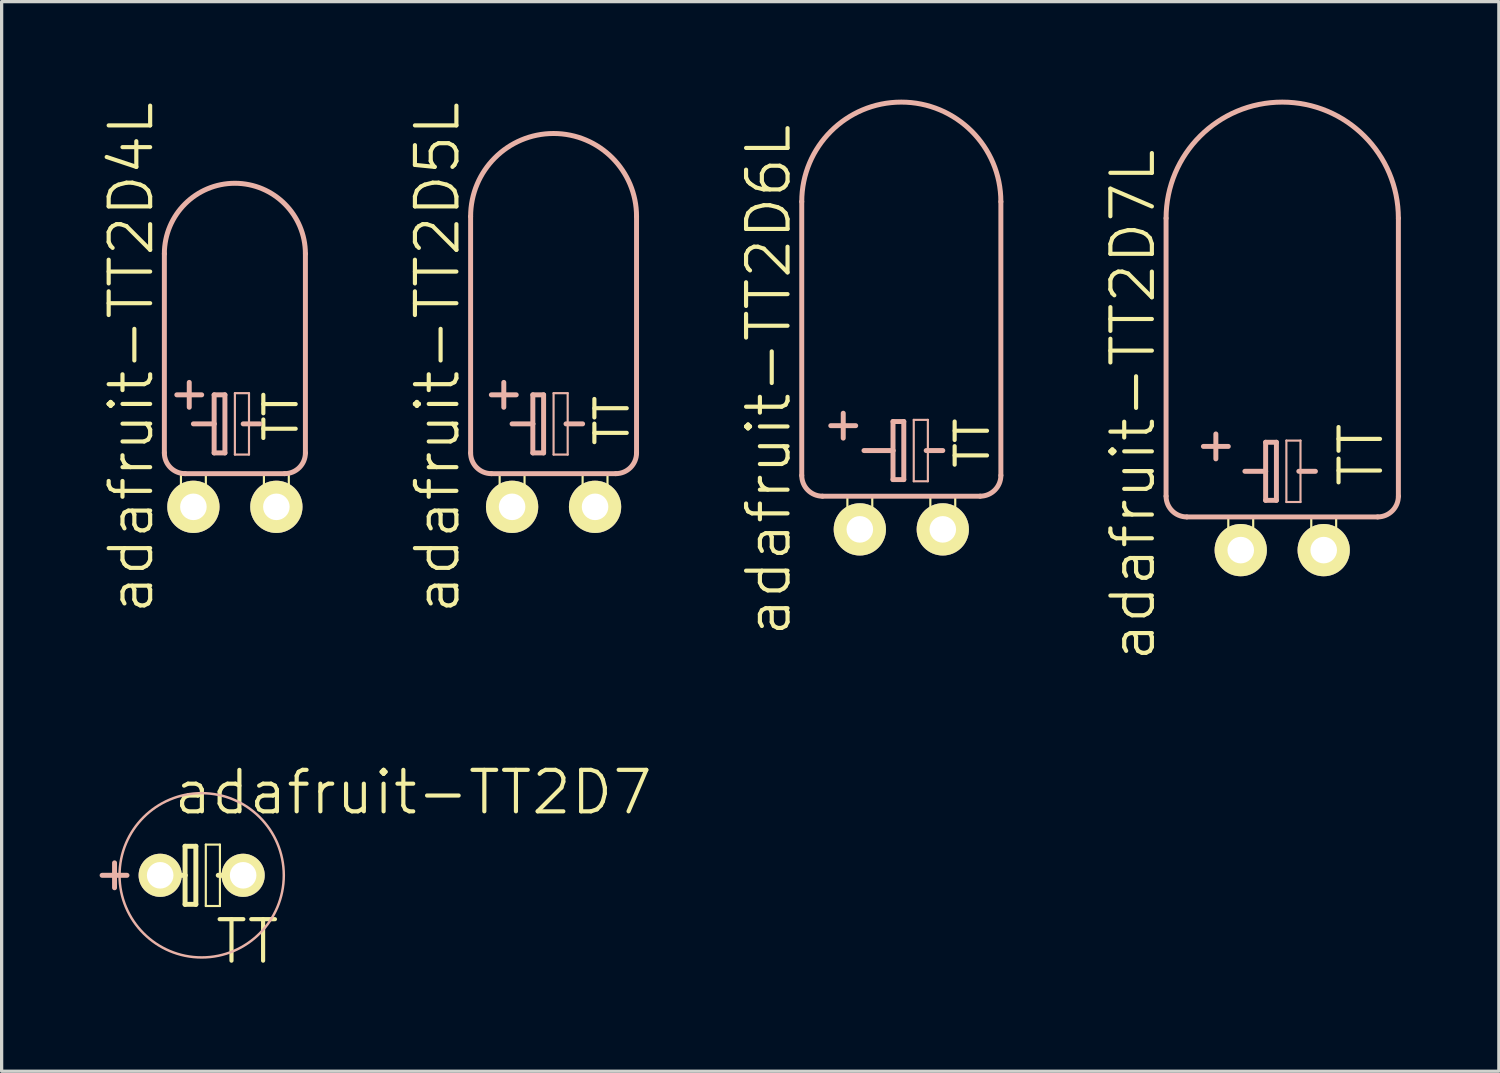
<source format=kicad_pcb>
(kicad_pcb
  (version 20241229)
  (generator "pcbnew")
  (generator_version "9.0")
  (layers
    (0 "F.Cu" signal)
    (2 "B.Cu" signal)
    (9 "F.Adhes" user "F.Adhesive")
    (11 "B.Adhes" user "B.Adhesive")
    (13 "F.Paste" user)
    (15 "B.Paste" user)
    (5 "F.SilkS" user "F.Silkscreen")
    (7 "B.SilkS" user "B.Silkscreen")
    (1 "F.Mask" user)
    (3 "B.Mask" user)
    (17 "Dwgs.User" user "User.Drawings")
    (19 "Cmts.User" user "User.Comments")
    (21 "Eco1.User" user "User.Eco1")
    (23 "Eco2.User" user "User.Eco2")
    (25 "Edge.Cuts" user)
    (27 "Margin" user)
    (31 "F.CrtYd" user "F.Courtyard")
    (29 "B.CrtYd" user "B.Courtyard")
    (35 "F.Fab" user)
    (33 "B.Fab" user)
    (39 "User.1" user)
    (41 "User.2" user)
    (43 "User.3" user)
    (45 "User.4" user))
  (footprint "adafruit-TT2D5L"
    (layer "F.Cu")
    (at 13.898 12.467)
    (property "Reference" "adafruit-TT2D5L" (at -3.556 -4.572 90) (layer "F.SilkS") (effects (font (size 1.27 1.27) (thickness 0.127))))
    (attr exclude_from_pos_files exclude_from_bom)
    (fp_line (start -1.651 -1.016) (end -0.889 -1.016) (stroke (width 0.066) (type solid)) (layer "F.SilkS"))
    (fp_line (start -1.651 -0.635) (end -1.651 -1.016) (stroke (width 0.066) (type solid)) (layer "F.SilkS"))
    (fp_line (start -1.651 -0.635) (end -0.889 -0.635) (stroke (width 0.066) (type solid)) (layer "F.SilkS"))
    (fp_line (start -1.651 -0.635) (end -0.889 -0.635) (stroke (width 0.066) (type solid)) (layer "F.SilkS"))
    (fp_line (start -1.651 0.127) (end -1.651 -0.635) (stroke (width 0.066) (type solid)) (layer "F.SilkS"))
    (fp_line (start -1.651 0.127) (end -0.889 0.127) (stroke (width 0.066) (type solid)) (layer "F.SilkS"))
    (fp_line (start -0.889 -0.635) (end -0.889 -1.016) (stroke (width 0.066) (type solid)) (layer "F.SilkS"))
    (fp_line (start -0.889 0.127) (end -0.889 -0.635) (stroke (width 0.066) (type solid)) (layer "F.SilkS"))
    (fp_line (start 0.889 -1.016) (end 1.651 -1.016) (stroke (width 0.066) (type solid)) (layer "F.SilkS"))
    (fp_line (start 0.889 -0.635) (end 0.889 -1.016) (stroke (width 0.066) (type solid)) (layer "F.SilkS"))
    (fp_line (start 0.889 -0.635) (end 1.651 -0.635) (stroke (width 0.066) (type solid)) (layer "F.SilkS"))
    (fp_line (start 0.889 -0.635) (end 1.651 -0.635) (stroke (width 0.066) (type solid)) (layer "F.SilkS"))
    (fp_line (start 0.889 0.127) (end 0.889 -0.635) (stroke (width 0.066) (type solid)) (layer "F.SilkS"))
    (fp_line (start 0.889 0.127) (end 1.651 0.127) (stroke (width 0.066) (type solid)) (layer "F.SilkS"))
    (fp_line (start 1.651 -0.635) (end 1.651 -1.016) (stroke (width 0.066) (type solid)) (layer "F.SilkS"))
    (fp_line (start 1.651 0.127) (end 1.651 -0.635) (stroke (width 0.066) (type solid)) (layer "F.SilkS"))
    (fp_line (start -2.54 -8.89) (end -2.54 -1.651) (stroke (width 0.152) (type solid)) (layer "B.SilkS"))
    (fp_line (start -1.905 -3.429) (end -1.143 -3.429) (stroke (width 0.152) (type solid)) (layer "B.SilkS"))
    (fp_line (start -1.905 -1.016) (end 1.905 -1.016) (stroke (width 0.152) (type solid)) (layer "B.SilkS"))
    (fp_line (start -1.524 -3.81) (end -1.524 -3.048) (stroke (width 0.152) (type solid)) (layer "B.SilkS"))
    (fp_line (start -1.27 -2.54) (end -0.635 -2.54) (stroke (width 0.152) (type solid)) (layer "B.SilkS"))
    (fp_line (start -0.635 -3.429) (end -0.635 -2.54) (stroke (width 0.152) (type solid)) (layer "B.SilkS"))
    (fp_line (start -0.635 -2.54) (end -0.635 -1.651) (stroke (width 0.152) (type solid)) (layer "B.SilkS"))
    (fp_line (start -0.635 -1.651) (end -0.305 -1.651) (stroke (width 0.152) (type solid)) (layer "B.SilkS"))
    (fp_line (start -0.305 -3.429) (end -0.635 -3.429) (stroke (width 0.152) (type solid)) (layer "B.SilkS"))
    (fp_line (start -0.305 -1.651) (end -0.305 -3.429) (stroke (width 0.152) (type solid)) (layer "B.SilkS"))
    (fp_line (start 0 -3.48) (end 0.432 -3.48) (stroke (width 0.066) (type solid)) (layer "B.SilkS"))
    (fp_line (start 0 -1.6) (end 0 -3.48) (stroke (width 0.066) (type solid)) (layer "B.SilkS"))
    (fp_line (start 0 -1.6) (end 0.432 -1.6) (stroke (width 0.066) (type solid)) (layer "B.SilkS"))
    (fp_line (start 0.381 -2.54) (end 0.889 -2.54) (stroke (width 0.152) (type solid)) (layer "B.SilkS"))
    (fp_line (start 0.432 -1.6) (end 0.432 -3.48) (stroke (width 0.066) (type solid)) (layer "B.SilkS"))
    (fp_line (start 2.54 -8.89) (end 2.54 -1.651) (stroke (width 0.152) (type solid)) (layer "B.SilkS"))
    (fp_arc (start -2.54 -8.89) (mid 0 -11.43) (end 2.54 -8.89) (stroke (width 0.1524) (type solid)) (layer "B.SilkS"))
    (fp_arc (start -1.905 -1.016) (mid -2.354013 -1.201987) (end -2.54 -1.651) (stroke (width 0.1524) (type solid)) (layer "B.SilkS"))
    (fp_arc (start 2.54 -1.651) (mid 2.354013 -1.201987) (end 1.905 -1.016) (stroke (width 0.1524) (type solid)) (layer "B.SilkS"))
    (fp_text user "TT" (at 1.788 -2.642 90) (layer "F.SilkS") (effects (font (size 0.991 0.991) (thickness 0.127))))
    (pad "+" thru_hole circle (at -1.27 0) (size 1.6 1.6) (drill 0.813) (layers "*.Cu" "F.Mask" "F.SilkS" "F.Paste"))
    (pad "-" thru_hole circle (at 1.27 0) (size 1.6 1.6) (drill 0.813) (layers "*.Cu" "F.Mask" "F.SilkS" "F.Paste")))
  (footprint "adafruit-TT2D7L"
    (layer "F.Cu")
    (at 36.206 13.792)
    (property "Reference" "adafruit-TT2D7L" (at -4.572 -4.445 90) (layer "F.SilkS") (effects (font (size 1.27 1.27) (thickness 0.127))))
    (attr exclude_from_pos_files exclude_from_bom)
    (fp_line (start -1.651 -1.016) (end -0.889 -1.016) (stroke (width 0.066) (type solid)) (layer "F.SilkS"))
    (fp_line (start -1.651 -0.635) (end -1.651 -1.016) (stroke (width 0.066) (type solid)) (layer "F.SilkS"))
    (fp_line (start -1.651 -0.635) (end -0.889 -0.635) (stroke (width 0.066) (type solid)) (layer "F.SilkS"))
    (fp_line (start -1.651 -0.635) (end -0.889 -0.635) (stroke (width 0.066) (type solid)) (layer "F.SilkS"))
    (fp_line (start -1.651 0.127) (end -1.651 -0.635) (stroke (width 0.066) (type solid)) (layer "F.SilkS"))
    (fp_line (start -1.651 0.127) (end -0.889 0.127) (stroke (width 0.066) (type solid)) (layer "F.SilkS"))
    (fp_line (start -0.889 -0.635) (end -0.889 -1.016) (stroke (width 0.066) (type solid)) (layer "F.SilkS"))
    (fp_line (start -0.889 0.127) (end -0.889 -0.635) (stroke (width 0.066) (type solid)) (layer "F.SilkS"))
    (fp_line (start 0.889 -1.016) (end 1.651 -1.016) (stroke (width 0.066) (type solid)) (layer "F.SilkS"))
    (fp_line (start 0.889 -0.635) (end 0.889 -1.016) (stroke (width 0.066) (type solid)) (layer "F.SilkS"))
    (fp_line (start 0.889 -0.635) (end 1.651 -0.635) (stroke (width 0.066) (type solid)) (layer "F.SilkS"))
    (fp_line (start 0.889 -0.635) (end 1.651 -0.635) (stroke (width 0.066) (type solid)) (layer "F.SilkS"))
    (fp_line (start 0.889 0.127) (end 0.889 -0.635) (stroke (width 0.066) (type solid)) (layer "F.SilkS"))
    (fp_line (start 0.889 0.127) (end 1.651 0.127) (stroke (width 0.066) (type solid)) (layer "F.SilkS"))
    (fp_line (start 1.651 -0.635) (end 1.651 -1.016) (stroke (width 0.066) (type solid)) (layer "F.SilkS"))
    (fp_line (start 1.651 0.127) (end 1.651 -0.635) (stroke (width 0.066) (type solid)) (layer "F.SilkS"))
    (fp_line (start -3.556 -10.16) (end -3.556 -1.651) (stroke (width 0.152) (type solid)) (layer "B.SilkS"))
    (fp_line (start -2.921 -1.016) (end 2.921 -1.016) (stroke (width 0.152) (type solid)) (layer "B.SilkS"))
    (fp_line (start -2.413 -3.175) (end -1.651 -3.175) (stroke (width 0.152) (type solid)) (layer "B.SilkS"))
    (fp_line (start -2.032 -2.794) (end -2.032 -3.556) (stroke (width 0.152) (type solid)) (layer "B.SilkS"))
    (fp_line (start -1.143 -2.413) (end -0.508 -2.413) (stroke (width 0.152) (type solid)) (layer "B.SilkS"))
    (fp_line (start -0.508 -3.302) (end -0.508 -2.413) (stroke (width 0.152) (type solid)) (layer "B.SilkS"))
    (fp_line (start -0.508 -2.413) (end -0.508 -1.524) (stroke (width 0.152) (type solid)) (layer "B.SilkS"))
    (fp_line (start -0.508 -1.524) (end -0.178 -1.524) (stroke (width 0.152) (type solid)) (layer "B.SilkS"))
    (fp_line (start -0.178 -3.302) (end -0.508 -3.302) (stroke (width 0.152) (type solid)) (layer "B.SilkS"))
    (fp_line (start -0.178 -1.524) (end -0.178 -3.302) (stroke (width 0.152) (type solid)) (layer "B.SilkS"))
    (fp_line (start 0.127 -3.353) (end 0.559 -3.353) (stroke (width 0.066) (type solid)) (layer "B.SilkS"))
    (fp_line (start 0.127 -1.473) (end 0.127 -3.353) (stroke (width 0.066) (type solid)) (layer "B.SilkS"))
    (fp_line (start 0.127 -1.473) (end 0.559 -1.473) (stroke (width 0.066) (type solid)) (layer "B.SilkS"))
    (fp_line (start 0.508 -2.413) (end 1.016 -2.413) (stroke (width 0.152) (type solid)) (layer "B.SilkS"))
    (fp_line (start 0.559 -1.473) (end 0.559 -3.353) (stroke (width 0.066) (type solid)) (layer "B.SilkS"))
    (fp_line (start 3.556 -10.16) (end 3.556 -1.651) (stroke (width 0.152) (type solid)) (layer "B.SilkS"))
    (fp_arc (start -3.556 -10.16) (mid 0 -13.716) (end 3.556 -10.16) (stroke (width 0.1524) (type solid)) (layer "B.SilkS"))
    (fp_arc (start -2.921 -1.016) (mid -3.370013 -1.201987) (end -3.556 -1.651) (stroke (width 0.1524) (type solid)) (layer "B.SilkS"))
    (fp_arc (start 3.556 -1.651) (mid 3.370013 -1.201987) (end 2.921 -1.016) (stroke (width 0.1524) (type solid)) (layer "B.SilkS"))
    (fp_text user "TT" (at 2.413 -2.921 90) (layer "F.SilkS") (effects (font (size 1.27 1.27) (thickness 0.127))))
    (pad "+" thru_hole circle (at -1.27 0) (size 1.6 1.6) (drill 0.813) (layers "*.Cu" "F.Mask" "F.SilkS" "F.Paste"))
    (pad "-" thru_hole circle (at 1.27 0) (size 1.6 1.6) (drill 0.813) (layers "*.Cu" "F.Mask" "F.SilkS" "F.Paste")))
  (footprint "adafruit-TT2D4L"
    (layer "F.Cu")
    (at 4.141 12.467)
    (property "Reference" "adafruit-TT2D4L" (at -3.175 -4.572 90) (layer "F.SilkS") (effects (font (size 1.27 1.27) (thickness 0.127))))
    (attr exclude_from_pos_files exclude_from_bom)
    (fp_line (start -1.651 -1.016) (end -0.889 -1.016) (stroke (width 0.066) (type solid)) (layer "F.SilkS"))
    (fp_line (start -1.651 -0.635) (end -1.651 -1.016) (stroke (width 0.066) (type solid)) (layer "F.SilkS"))
    (fp_line (start -1.651 -0.635) (end -0.889 -0.635) (stroke (width 0.066) (type solid)) (layer "F.SilkS"))
    (fp_line (start -1.651 -0.635) (end -0.889 -0.635) (stroke (width 0.066) (type solid)) (layer "F.SilkS"))
    (fp_line (start -1.651 0.127) (end -1.651 -0.635) (stroke (width 0.066) (type solid)) (layer "F.SilkS"))
    (fp_line (start -1.651 0.127) (end -0.889 0.127) (stroke (width 0.066) (type solid)) (layer "F.SilkS"))
    (fp_line (start -0.889 -0.635) (end -0.889 -1.016) (stroke (width 0.066) (type solid)) (layer "F.SilkS"))
    (fp_line (start -0.889 0.127) (end -0.889 -0.635) (stroke (width 0.066) (type solid)) (layer "F.SilkS"))
    (fp_line (start 0.889 -1.016) (end 1.651 -1.016) (stroke (width 0.066) (type solid)) (layer "F.SilkS"))
    (fp_line (start 0.889 -0.635) (end 0.889 -1.016) (stroke (width 0.066) (type solid)) (layer "F.SilkS"))
    (fp_line (start 0.889 -0.635) (end 1.651 -0.635) (stroke (width 0.066) (type solid)) (layer "F.SilkS"))
    (fp_line (start 0.889 -0.635) (end 1.651 -0.635) (stroke (width 0.066) (type solid)) (layer "F.SilkS"))
    (fp_line (start 0.889 0.127) (end 0.889 -0.635) (stroke (width 0.066) (type solid)) (layer "F.SilkS"))
    (fp_line (start 0.889 0.127) (end 1.651 0.127) (stroke (width 0.066) (type solid)) (layer "F.SilkS"))
    (fp_line (start 1.651 -0.635) (end 1.651 -1.016) (stroke (width 0.066) (type solid)) (layer "F.SilkS"))
    (fp_line (start 1.651 0.127) (end 1.651 -0.635) (stroke (width 0.066) (type solid)) (layer "F.SilkS"))
    (fp_line (start -2.159 -7.747) (end -2.159 -1.651) (stroke (width 0.152) (type solid)) (layer "B.SilkS"))
    (fp_line (start -1.778 -3.429) (end -1.016 -3.429) (stroke (width 0.152) (type solid)) (layer "B.SilkS"))
    (fp_line (start -1.524 -1.016) (end 1.524 -1.016) (stroke (width 0.152) (type solid)) (layer "B.SilkS"))
    (fp_line (start -1.397 -3.81) (end -1.397 -3.048) (stroke (width 0.152) (type solid)) (layer "B.SilkS"))
    (fp_line (start -1.27 -2.54) (end -0.635 -2.54) (stroke (width 0.152) (type solid)) (layer "B.SilkS"))
    (fp_line (start -0.635 -3.429) (end -0.635 -2.54) (stroke (width 0.152) (type solid)) (layer "B.SilkS"))
    (fp_line (start -0.635 -2.54) (end -0.635 -1.651) (stroke (width 0.152) (type solid)) (layer "B.SilkS"))
    (fp_line (start -0.635 -1.651) (end -0.305 -1.651) (stroke (width 0.152) (type solid)) (layer "B.SilkS"))
    (fp_line (start -0.305 -3.429) (end -0.635 -3.429) (stroke (width 0.152) (type solid)) (layer "B.SilkS"))
    (fp_line (start -0.305 -1.651) (end -0.305 -3.429) (stroke (width 0.152) (type solid)) (layer "B.SilkS"))
    (fp_line (start 0 -3.48) (end 0.432 -3.48) (stroke (width 0.066) (type solid)) (layer "B.SilkS"))
    (fp_line (start 0 -1.6) (end 0 -3.48) (stroke (width 0.066) (type solid)) (layer "B.SilkS"))
    (fp_line (start 0 -1.6) (end 0.432 -1.6) (stroke (width 0.066) (type solid)) (layer "B.SilkS"))
    (fp_line (start 0.254 -2.54) (end 0.762 -2.54) (stroke (width 0.152) (type solid)) (layer "B.SilkS"))
    (fp_line (start 0.432 -1.6) (end 0.432 -3.48) (stroke (width 0.066) (type solid)) (layer "B.SilkS"))
    (fp_line (start 2.159 -7.747) (end 2.159 -1.651) (stroke (width 0.152) (type solid)) (layer "B.SilkS"))
    (fp_arc (start -2.159 -7.747) (mid 0 -9.906) (end 2.159 -7.747) (stroke (width 0.1524) (type solid)) (layer "B.SilkS"))
    (fp_arc (start -1.524 -1.016) (mid -1.973013 -1.201987) (end -2.159 -1.651) (stroke (width 0.1524) (type solid)) (layer "B.SilkS"))
    (fp_arc (start 2.159 -1.651) (mid 1.973013 -1.201987) (end 1.524 -1.016) (stroke (width 0.1524) (type solid)) (layer "B.SilkS"))
    (fp_text user "TT" (at 1.41 -2.769 90) (layer "F.SilkS") (effects (font (size 0.991 0.991) (thickness 0.127))))
    (pad "+" thru_hole circle (at -1.27 0) (size 1.6 1.6) (drill 0.813) (layers "*.Cu" "F.Mask" "F.SilkS" "F.Paste"))
    (pad "-" thru_hole circle (at 1.27 0) (size 1.6 1.6) (drill 0.813) (layers "*.Cu" "F.Mask" "F.SilkS" "F.Paste")))
  (footprint "adafruit-TT2D6L"
    (layer "F.Cu")
    (at 24.544 13.157)
    (property "Reference" "adafruit-TT2D6L" (at -4.064 -4.572 90) (layer "F.SilkS") (effects (font (size 1.27 1.27) (thickness 0.127))))
    (attr exclude_from_pos_files exclude_from_bom)
    (fp_line (start -1.651 -1.016) (end -0.889 -1.016) (stroke (width 0.066) (type solid)) (layer "F.SilkS"))
    (fp_line (start -1.651 -0.635) (end -1.651 -1.016) (stroke (width 0.066) (type solid)) (layer "F.SilkS"))
    (fp_line (start -1.651 -0.635) (end -0.889 -0.635) (stroke (width 0.066) (type solid)) (layer "F.SilkS"))
    (fp_line (start -1.651 -0.635) (end -0.889 -0.635) (stroke (width 0.066) (type solid)) (layer "F.SilkS"))
    (fp_line (start -1.651 0.127) (end -1.651 -0.635) (stroke (width 0.066) (type solid)) (layer "F.SilkS"))
    (fp_line (start -1.651 0.127) (end -0.889 0.127) (stroke (width 0.066) (type solid)) (layer "F.SilkS"))
    (fp_line (start -0.889 -0.635) (end -0.889 -1.016) (stroke (width 0.066) (type solid)) (layer "F.SilkS"))
    (fp_line (start -0.889 0.127) (end -0.889 -0.635) (stroke (width 0.066) (type solid)) (layer "F.SilkS"))
    (fp_line (start 0.889 -1.016) (end 1.651 -1.016) (stroke (width 0.066) (type solid)) (layer "F.SilkS"))
    (fp_line (start 0.889 -0.635) (end 0.889 -1.016) (stroke (width 0.066) (type solid)) (layer "F.SilkS"))
    (fp_line (start 0.889 -0.635) (end 1.651 -0.635) (stroke (width 0.066) (type solid)) (layer "F.SilkS"))
    (fp_line (start 0.889 -0.635) (end 1.651 -0.635) (stroke (width 0.066) (type solid)) (layer "F.SilkS"))
    (fp_line (start 0.889 0.127) (end 0.889 -0.635) (stroke (width 0.066) (type solid)) (layer "F.SilkS"))
    (fp_line (start 0.889 0.127) (end 1.651 0.127) (stroke (width 0.066) (type solid)) (layer "F.SilkS"))
    (fp_line (start 1.651 -0.635) (end 1.651 -1.016) (stroke (width 0.066) (type solid)) (layer "F.SilkS"))
    (fp_line (start 1.651 0.127) (end 1.651 -0.635) (stroke (width 0.066) (type solid)) (layer "F.SilkS"))
    (fp_line (start -3.048 -10.033) (end -3.048 -1.651) (stroke (width 0.152) (type solid)) (layer "B.SilkS"))
    (fp_line (start -2.413 -1.016) (end 2.413 -1.016) (stroke (width 0.152) (type solid)) (layer "B.SilkS"))
    (fp_line (start -2.159 -3.175) (end -1.397 -3.175) (stroke (width 0.152) (type solid)) (layer "B.SilkS"))
    (fp_line (start -1.778 -2.794) (end -1.778 -3.556) (stroke (width 0.152) (type solid)) (layer "B.SilkS"))
    (fp_line (start -1.143 -2.413) (end -0.254 -2.413) (stroke (width 0.152) (type solid)) (layer "B.SilkS"))
    (fp_line (start -0.254 -3.302) (end -0.254 -2.413) (stroke (width 0.152) (type solid)) (layer "B.SilkS"))
    (fp_line (start -0.254 -2.413) (end -0.254 -1.524) (stroke (width 0.152) (type solid)) (layer "B.SilkS"))
    (fp_line (start -0.254 -1.524) (end 0.076 -1.524) (stroke (width 0.152) (type solid)) (layer "B.SilkS"))
    (fp_line (start 0.076 -3.302) (end -0.254 -3.302) (stroke (width 0.152) (type solid)) (layer "B.SilkS"))
    (fp_line (start 0.076 -1.524) (end 0.076 -3.302) (stroke (width 0.152) (type solid)) (layer "B.SilkS"))
    (fp_line (start 0.381 -3.353) (end 0.813 -3.353) (stroke (width 0.066) (type solid)) (layer "B.SilkS"))
    (fp_line (start 0.381 -1.473) (end 0.381 -3.353) (stroke (width 0.066) (type solid)) (layer "B.SilkS"))
    (fp_line (start 0.381 -1.473) (end 0.813 -1.473) (stroke (width 0.066) (type solid)) (layer "B.SilkS"))
    (fp_line (start 0.762 -2.413) (end 1.27 -2.413) (stroke (width 0.152) (type solid)) (layer "B.SilkS"))
    (fp_line (start 0.813 -1.473) (end 0.813 -3.353) (stroke (width 0.066) (type solid)) (layer "B.SilkS"))
    (fp_line (start 3.048 -10.033) (end 3.048 -1.651) (stroke (width 0.152) (type solid)) (layer "B.SilkS"))
    (fp_arc (start -3.048 -10.033) (mid 0 -13.081) (end 3.048 -10.033) (stroke (width 0.1524) (type solid)) (layer "B.SilkS"))
    (fp_arc (start -2.413 -1.016) (mid -2.862013 -1.201987) (end -3.048 -1.651) (stroke (width 0.1524) (type solid)) (layer "B.SilkS"))
    (fp_arc (start 3.048 -1.651) (mid 2.862013 -1.201987) (end 2.413 -1.016) (stroke (width 0.1524) (type solid)) (layer "B.SilkS"))
    (fp_text user "TT" (at 2.172 -2.642 90) (layer "F.SilkS") (effects (font (size 0.991 0.991) (thickness 0.127))))
    (pad "+" thru_hole circle (at -1.27 0) (size 1.6 1.6) (drill 0.813) (layers "*.Cu" "F.Mask" "F.SilkS" "F.Paste"))
    (pad "-" thru_hole circle (at 1.27 0) (size 1.6 1.6) (drill 0.813) (layers "*.Cu" "F.Mask" "F.SilkS" "F.Paste")))
  (footprint "adafruit-TT2D7"
    (layer "F.Cu")
    (at 3.124 23.748)
    (property "Reference" "adafruit-TT2D7" (at 6.477 -2.54 0) (layer "F.SilkS") (effects (font (size 1.27 1.27) (thickness 0.127))))
    (attr exclude_from_pos_files exclude_from_bom)
    (fp_line (start -1.016 0) (end -0.508 0) (stroke (width 0.152) (type solid)) (layer "F.SilkS"))
    (fp_line (start -0.508 -0.889) (end -0.508 0) (stroke (width 0.152) (type solid)) (layer "F.SilkS"))
    (fp_line (start -0.508 0) (end -0.508 0.889) (stroke (width 0.152) (type solid)) (layer "F.SilkS"))
    (fp_line (start -0.508 0.889) (end -0.178 0.889) (stroke (width 0.152) (type solid)) (layer "F.SilkS"))
    (fp_line (start -0.178 -0.889) (end -0.508 -0.889) (stroke (width 0.152) (type solid)) (layer "F.SilkS"))
    (fp_line (start -0.178 0.889) (end -0.178 -0.889) (stroke (width 0.152) (type solid)) (layer "F.SilkS"))
    (fp_line (start 0.127 -0.94) (end 0.559 -0.94) (stroke (width 0.066) (type solid)) (layer "F.SilkS"))
    (fp_line (start 0.127 0.94) (end 0.127 -0.94) (stroke (width 0.066) (type solid)) (layer "F.SilkS"))
    (fp_line (start 0.127 0.94) (end 0.559 0.94) (stroke (width 0.066) (type solid)) (layer "F.SilkS"))
    (fp_line (start 0.508 0) (end 1.016 0) (stroke (width 0.152) (type solid)) (layer "F.SilkS"))
    (fp_line (start 0.559 0.94) (end 0.559 -0.94) (stroke (width 0.066) (type solid)) (layer "F.SilkS"))
    (fp_line (start -2.667 0.381) (end -2.667 -0.381) (stroke (width 0.152) (type solid)) (layer "B.SilkS"))
    (fp_line (start -2.286 0) (end -3.048 0) (stroke (width 0.152) (type solid)) (layer "B.SilkS"))
    (fp_circle (center 0 0) (end -1.778 1.778) (stroke (width 0.076) (type solid)) (fill no) (layer "B.SilkS"))
    (fp_text user "TT" (at 1.397 2.032 0) (layer "F.SilkS") (effects (font (size 1.27 1.27) (thickness 0.127))))
    (pad "+" thru_hole circle (at -1.27 0) (size 1.321 1.321) (drill 0.813) (layers "*.Cu" "F.Mask" "F.SilkS" "F.Paste"))
    (pad "-" thru_hole circle (at 1.27 0) (size 1.321 1.321) (drill 0.813) (layers "*.Cu" "F.Mask" "F.SilkS" "F.Paste")))
  (gr_rect
    (start -3 -3)
    (end 42.838 29.746)
    (stroke (width 0.1) (type default))
    (fill no)
    (layer "Edge.Cuts")))
</source>
